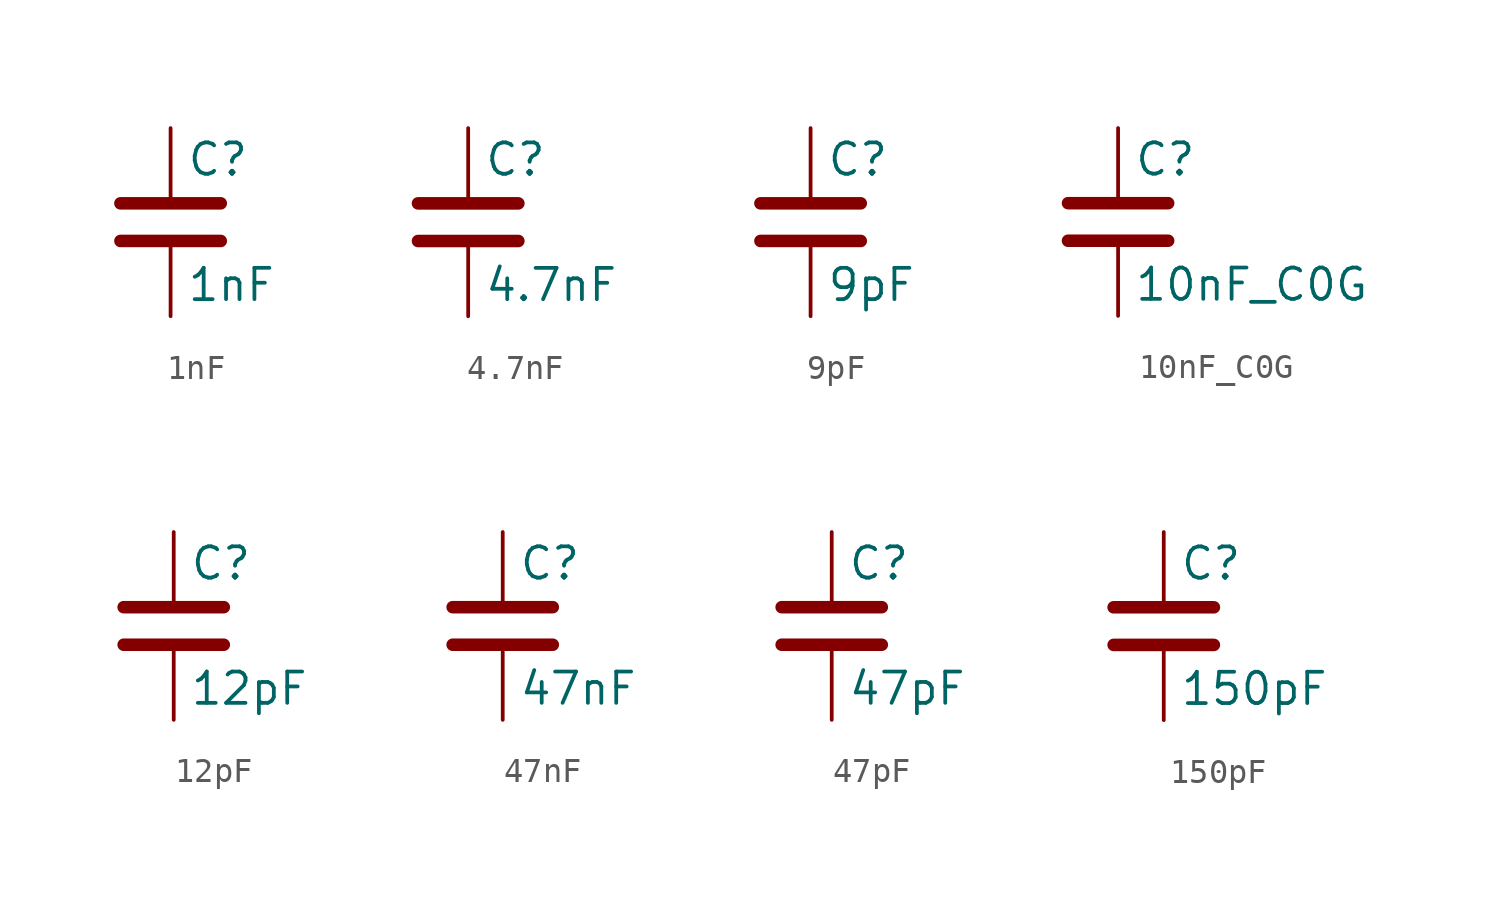
<source format=kicad_sym>
(kicad_symbol_lib
  (version 20220914)
  (generator kicad_symbol_editor)
  (symbol "1nF"
    (pin_numbers hide)
    (pin_names
      (offset 0.254))
    (property "Reference" "C"
      (at 0.635 2.54 0)
      (effects (font (size 1.27 1.27)) (justify left)))
    (property "Value" "1nF"
      (at 0.635 -2.54 0)
      (effects (font (size 1.27 1.27)) (justify left)))
    (symbol "1nF_0_1"
      (polyline (pts (xy -2.032 -0.762) (xy 2.032 -0.762)) (stroke (width 0.508) (type solid)) (fill (type none)))
      (polyline (pts (xy -2.032 0.762) (xy 2.032 0.762)) (stroke (width 0.508) (type solid)) (fill (type none))))
    (symbol "1nF_1_1"
      (pin passive line (at 0 3.81 270) (length 2.794) (name "~" (effects (font (size 1.27 1.27)))) (number "1" (effects (font (size 1.27 1.27)))))
      (pin passive line (at 0 -3.81 90) (length 2.794) (name "~" (effects (font (size 1.27 1.27)))) (number "2" (effects (font (size 1.27 1.27)))))))
  (symbol "4.7nF"
    (pin_numbers hide)
    (pin_names
      (offset 0.254))
    (property "Reference" "C"
      (at 0.635 2.54 0)
      (effects (font (size 1.27 1.27)) (justify left)))
    (property "Value" "4.7nF"
      (at 0.635 -2.54 0)
      (effects (font (size 1.27 1.27)) (justify left)))
    (symbol "4.7nF_0_1"
      (polyline (pts (xy -2.032 -0.762) (xy 2.032 -0.762)) (stroke (width 0.508) (type solid)) (fill (type none)))
      (polyline (pts (xy -2.032 0.762) (xy 2.032 0.762)) (stroke (width 0.508) (type solid)) (fill (type none))))
    (symbol "4.7nF_1_1"
      (pin passive line (at 0 3.81 270) (length 2.794) (name "~" (effects (font (size 1.27 1.27)))) (number "1" (effects (font (size 1.27 1.27)))))
      (pin passive line (at 0 -3.81 90) (length 2.794) (name "~" (effects (font (size 1.27 1.27)))) (number "2" (effects (font (size 1.27 1.27)))))))
  (symbol "9pF"
    (pin_numbers hide)
    (pin_names
      (offset 0.254))
    (property "Reference" "C"
      (at 0.635 2.54 0)
      (effects (font (size 1.27 1.27)) (justify left)))
    (property "Value" "9pF"
      (at 0.635 -2.54 0)
      (effects (font (size 1.27 1.27)) (justify left)))
    (symbol "9pF_0_1"
      (polyline (pts (xy -2.032 -0.762) (xy 2.032 -0.762)) (stroke (width 0.508) (type solid)) (fill (type none)))
      (polyline (pts (xy -2.032 0.762) (xy 2.032 0.762)) (stroke (width 0.508) (type solid)) (fill (type none))))
    (symbol "9pF_1_1"
      (pin passive line (at 0 3.81 270) (length 2.794) (name "~" (effects (font (size 1.27 1.27)))) (number "1" (effects (font (size 1.27 1.27)))))
      (pin passive line (at 0 -3.81 90) (length 2.794) (name "~" (effects (font (size 1.27 1.27)))) (number "2" (effects (font (size 1.27 1.27)))))))
  (symbol "10nF_C0G"
    (pin_numbers hide)
    (pin_names
      (offset 0.254))
    (property "Reference" "C"
      (at 0.635 2.54 0)
      (effects (font (size 1.27 1.27)) (justify left)))
    (property "Value" "10nF_C0G"
      (at 0.635 -2.54 0)
      (effects (font (size 1.27 1.27)) (justify left)))
    (symbol "10nF_C0G_0_1"
      (polyline (pts (xy -2.032 -0.762) (xy 2.032 -0.762)) (stroke (width 0.508) (type solid)) (fill (type none)))
      (polyline (pts (xy -2.032 0.762) (xy 2.032 0.762)) (stroke (width 0.508) (type solid)) (fill (type none))))
    (symbol "10nF_C0G_1_1"
      (pin passive line (at 0 3.81 270) (length 2.794) (name "~" (effects (font (size 1.27 1.27)))) (number "1" (effects (font (size 1.27 1.27)))))
      (pin passive line (at 0 -3.81 90) (length 2.794) (name "~" (effects (font (size 1.27 1.27)))) (number "2" (effects (font (size 1.27 1.27)))))))
  (symbol "12pF"
    (pin_numbers hide)
    (pin_names
      (offset 0.254))
    (property "Reference" "C"
      (at 0.635 2.54 0)
      (effects (font (size 1.27 1.27)) (justify left)))
    (property "Value" "12pF"
      (at 0.635 -2.54 0)
      (effects (font (size 1.27 1.27)) (justify left)))
    (symbol "12pF_0_1"
      (polyline (pts (xy -2.032 -0.762) (xy 2.032 -0.762)) (stroke (width 0.508) (type solid)) (fill (type none)))
      (polyline (pts (xy -2.032 0.762) (xy 2.032 0.762)) (stroke (width 0.508) (type solid)) (fill (type none))))
    (symbol "12pF_1_1"
      (pin passive line (at 0 3.81 270) (length 2.794) (name "~" (effects (font (size 1.27 1.27)))) (number "1" (effects (font (size 1.27 1.27)))))
      (pin passive line (at 0 -3.81 90) (length 2.794) (name "~" (effects (font (size 1.27 1.27)))) (number "2" (effects (font (size 1.27 1.27)))))))
  (symbol "47nF"
    (pin_numbers hide)
    (pin_names
      (offset 0.254))
    (property "Reference" "C"
      (at 0.635 2.54 0)
      (effects (font (size 1.27 1.27)) (justify left)))
    (property "Value" "47nF"
      (at 0.635 -2.54 0)
      (effects (font (size 1.27 1.27)) (justify left)))
    (symbol "47nF_0_1"
      (polyline (pts (xy -2.032 -0.762) (xy 2.032 -0.762)) (stroke (width 0.508) (type solid)) (fill (type none)))
      (polyline (pts (xy -2.032 0.762) (xy 2.032 0.762)) (stroke (width 0.508) (type solid)) (fill (type none))))
    (symbol "47nF_1_1"
      (pin passive line (at 0 3.81 270) (length 2.794) (name "~" (effects (font (size 1.27 1.27)))) (number "1" (effects (font (size 1.27 1.27)))))
      (pin passive line (at 0 -3.81 90) (length 2.794) (name "~" (effects (font (size 1.27 1.27)))) (number "2" (effects (font (size 1.27 1.27)))))))
  (symbol "47pF"
    (pin_numbers hide)
    (pin_names
      (offset 0.254))
    (property "Reference" "C"
      (at 0.635 2.54 0)
      (effects (font (size 1.27 1.27)) (justify left)))
    (property "Value" "47pF"
      (at 0.635 -2.54 0)
      (effects (font (size 1.27 1.27)) (justify left)))
    (symbol "47pF_0_1"
      (polyline (pts (xy -2.032 -0.762) (xy 2.032 -0.762)) (stroke (width 0.508) (type solid)) (fill (type none)))
      (polyline (pts (xy -2.032 0.762) (xy 2.032 0.762)) (stroke (width 0.508) (type solid)) (fill (type none))))
    (symbol "47pF_1_1"
      (pin passive line (at 0 3.81 270) (length 2.794) (name "~" (effects (font (size 1.27 1.27)))) (number "1" (effects (font (size 1.27 1.27)))))
      (pin passive line (at 0 -3.81 90) (length 2.794) (name "~" (effects (font (size 1.27 1.27)))) (number "2" (effects (font (size 1.27 1.27)))))))
  (symbol "150pF"
    (pin_numbers hide)
    (pin_names
      (offset 0.254))
    (property "Reference" "C"
      (at 0.635 2.54 0)
      (effects (font (size 1.27 1.27)) (justify left)))
    (property "Value" "150pF"
      (at 0.635 -2.54 0)
      (effects (font (size 1.27 1.27)) (justify left)))
    (symbol "150pF_0_1"
      (polyline (pts (xy -2.032 -0.762) (xy 2.032 -0.762)) (stroke (width 0.508) (type solid)) (fill (type none)))
      (polyline (pts (xy -2.032 0.762) (xy 2.032 0.762)) (stroke (width 0.508) (type solid)) (fill (type none))))
    (symbol "150pF_1_1"
      (pin passive line (at 0 3.81 270) (length 2.794) (name "~" (effects (font (size 1.27 1.27)))) (number "1" (effects (font (size 1.27 1.27)))))
      (pin passive line (at 0 -3.81 90) (length 2.794) (name "~" (effects (font (size 1.27 1.27)))) (number "2" (effects (font (size 1.27 1.27))))))))
</source>
